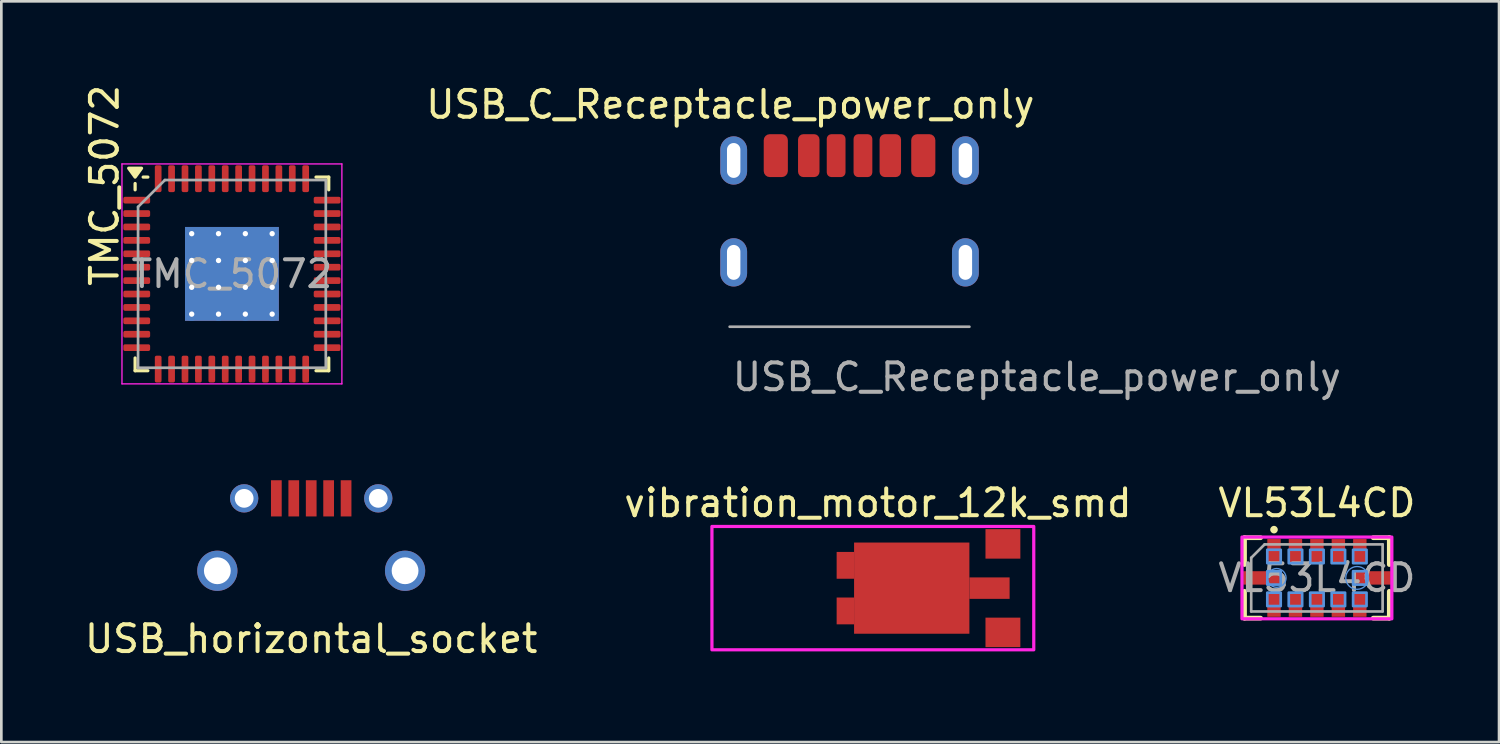
<source format=kicad_pcb>
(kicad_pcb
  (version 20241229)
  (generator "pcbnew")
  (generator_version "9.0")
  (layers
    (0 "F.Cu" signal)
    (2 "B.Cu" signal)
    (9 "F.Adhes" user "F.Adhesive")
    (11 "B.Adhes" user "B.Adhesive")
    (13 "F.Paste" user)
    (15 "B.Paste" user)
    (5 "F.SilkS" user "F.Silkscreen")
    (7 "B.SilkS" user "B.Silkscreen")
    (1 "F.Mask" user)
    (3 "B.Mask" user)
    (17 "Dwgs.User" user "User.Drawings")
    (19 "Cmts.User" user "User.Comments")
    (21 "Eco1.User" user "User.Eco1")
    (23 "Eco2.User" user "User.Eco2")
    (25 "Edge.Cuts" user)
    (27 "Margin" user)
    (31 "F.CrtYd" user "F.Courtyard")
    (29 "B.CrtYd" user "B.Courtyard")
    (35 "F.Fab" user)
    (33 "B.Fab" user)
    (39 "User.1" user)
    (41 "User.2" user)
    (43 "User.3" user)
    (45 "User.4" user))
  (footprint "USB_horizontal_socket"
    (layer "F.Cu")
    (at 8.554 16.962)
    (property "Reference" "USB_horizontal_socket" (at 0 3.81 0) (layer "F.SilkS") (effects (font (size 1 1) (thickness 0.15))))
    (attr through_hole)
    (pad "G1" thru_hole circle (at -3.5 1.27) (size 1.5 1.5) (drill 1) (layers "*.Cu" "*.Mask"))
    (pad "G2" thru_hole circle (at 3.5 1.27) (size 1.5 1.5) (drill 1) (layers "*.Cu" "*.Mask"))
    (pad "P$1" thru_hole circle (at -2.5 -1.43) (size 1.056 1.056) (drill 0.7) (layers "*.Cu" "*.Mask"))
    (pad "P$2" thru_hole circle (at 2.5 -1.43) (size 1.056 1.056) (drill 0.7) (layers "*.Cu" "*.Mask"))
    (pad "P1" smd rect (at -1.3 -1.43 90) (size 1.35 0.4) (layers "F.Cu" "F.Mask" "F.Paste"))
    (pad "P2" smd rect (at -0.65 -1.43 90) (size 1.35 0.4) (layers "F.Cu" "F.Mask" "F.Paste"))
    (pad "P3" smd rect (at 0 -1.43 90) (size 1.35 0.4) (layers "F.Cu" "F.Mask" "F.Paste"))
    (pad "P4" smd rect (at 0.65 -1.43 90) (size 1.35 0.4) (layers "F.Cu" "F.Mask" "F.Paste"))
    (pad "P5" smd rect (at 1.3 -1.43 90) (size 1.35 0.4) (layers "F.Cu" "F.Mask" "F.Paste")))
  (footprint "USB_C_Receptacle_power_only"
    (layer "F.Cu")
    (at 28.627 2.753)
    (property "Reference" "USB_C_Receptacle_power_only" (at -4.445 -1.905 0) (layer "F.SilkS") (effects (font (size 1 1) (thickness 0.15))))
    (attr smd)
    (fp_line (start -4.47 6.38) (end 4.47 6.38) (stroke (width 0.1) (type solid)) (layer "F.Fab"))
    (fp_text user "${REFERENCE}" (at 6.985 8.255 0) (layer "F.Fab") (effects (font (size 1 1) (thickness 0.15))))
    (pad "A5" smd roundrect (at -0.5 0) (size 0.7 1.6) (layers "F.Cu" "F.Mask" "F.Paste") (roundrect_rratio 0.25))
    (pad "A9" smd roundrect (at 1.52 0) (size 0.8 1.6) (layers "F.Cu" "F.Mask" "F.Paste") (roundrect_rratio 0.25))
    (pad "A12" smd roundrect (at 2.75 0) (size 0.9 1.6) (layers "F.Cu" "F.Mask" "F.Paste") (roundrect_rratio 0.25))
    (pad "B5" smd roundrect (at 0.5 0) (size 0.7 1.6) (layers "F.Cu" "F.Mask" "F.Paste") (roundrect_rratio 0.25))
    (pad "B9" smd roundrect (at -1.52 0) (size 0.8 1.6) (layers "F.Cu" "F.Mask" "F.Paste") (roundrect_rratio 0.25))
    (pad "B12" smd roundrect (at -2.75 0) (size 0.9 1.6) (layers "F.Cu" "F.Mask" "F.Paste") (roundrect_rratio 0.25))
    (pad "GND" thru_hole oval (at -4.32 0.18) (size 1 1.8) (drill oval 0.5 1.3) (layers "*.Cu" "*.Mask"))
    (pad "GND" thru_hole oval (at -4.32 3.98) (size 1 1.8) (drill oval 0.5 1.3) (layers "*.Cu" "*.Mask"))
    (pad "GND" thru_hole oval (at 4.32 0.18) (size 1 1.8) (drill oval 0.5 1.3) (layers "*.Cu" "*.Mask"))
    (pad "GND" thru_hole oval (at 4.32 3.98) (size 1 1.8) (drill oval 0.5 1.3) (layers "*.Cu" "*.Mask")))
  (footprint "vibration_motor_12k_smd"
    (layer "F.Cu")
    (at 28.796 18.88)
    (property "Reference" "vibration_motor_12k_smd" (at 0.889 -3.175 0) (unlocked yes) (layer "F.SilkS") (effects (font (size 1 1) (thickness 0.15))))
    (attr smd)
    (fp_rect (start -5.3 -2.3) (end 6.7 2.3) (stroke (width 0.12) (type default)) (fill no) (layer "F.CrtYd"))
    (pad "1" smd rect (at 5.55 1.65 180) (size 1.3 1.1) (layers "F.Cu" "F.Mask" "F.Paste"))
    (pad "2" smd rect (at 5.55 -1.65 180) (size 1.3 1.1) (layers "F.Cu" "F.Mask" "F.Paste"))
    (pad "3" smd rect (at -0.325 -0.85 90) (size 1 0.65) (layers "F.Cu" "F.Mask" "F.Paste"))
    (pad "3" smd rect (at -0.325 0.85 90) (size 1 0.65) (layers "F.Cu" "F.Mask" "F.Paste"))
    (pad "3" smd rect (at 2.15 0) (size 4.3 3.4) (layers "F.Cu" "F.Mask" "F.Paste"))
    (pad "3" smd rect (at 5.05 0 180) (size 1.5 0.8) (layers "F.Cu" "F.Mask" "F.Paste")))
  (footprint "TMC_5072"
    (layer "F.Cu")
    (at 5.598 7.163)
    (property "Reference" "TMC_5072" (at -4.75 -3.3 90) (layer "F.SilkS") (effects (font (size 1 1) (thickness 0.15))))
    (attr smd)
    (fp_line (start -3.61 -3.135) (end -3.61 -3.37) (stroke (width 0.12) (type solid)) (layer "F.SilkS"))
    (fp_line (start -3.61 3.61) (end -3.61 3.135) (stroke (width 0.12) (type solid)) (layer "F.SilkS"))
    (fp_line (start -3.135 -3.61) (end -3.31 -3.61) (stroke (width 0.12) (type solid)) (layer "F.SilkS"))
    (fp_line (start -3.135 3.61) (end -3.61 3.61) (stroke (width 0.12) (type solid)) (layer "F.SilkS"))
    (fp_line (start 3.135 -3.61) (end 3.61 -3.61) (stroke (width 0.12) (type solid)) (layer "F.SilkS"))
    (fp_line (start 3.135 3.61) (end 3.61 3.61) (stroke (width 0.12) (type solid)) (layer "F.SilkS"))
    (fp_line (start 3.61 -3.61) (end 3.61 -3.135) (stroke (width 0.12) (type solid)) (layer "F.SilkS"))
    (fp_line (start 3.61 3.61) (end 3.61 3.135) (stroke (width 0.12) (type solid)) (layer "F.SilkS"))
    (fp_poly (pts (xy -3.61 -3.61) (xy -3.85 -3.94) (xy -3.37 -3.94) (xy -3.61 -3.61)) (stroke (width 0.12) (type solid)) (fill yes) (layer "F.SilkS"))
    (fp_line (start -4.1 -4.1) (end -4.1 4.1) (stroke (width 0.05) (type solid)) (layer "F.CrtYd"))
    (fp_line (start -4.1 4.1) (end 4.1 4.1) (stroke (width 0.05) (type solid)) (layer "F.CrtYd"))
    (fp_line (start 4.1 -4.1) (end -4.1 -4.1) (stroke (width 0.05) (type solid)) (layer "F.CrtYd"))
    (fp_line (start 4.1 4.1) (end 4.1 -4.1) (stroke (width 0.05) (type solid)) (layer "F.CrtYd"))
    (fp_line (start -3.5 -2.5) (end -2.5 -3.5) (stroke (width 0.1) (type solid)) (layer "F.Fab"))
    (fp_line (start -3.5 3.5) (end -3.5 -2.5) (stroke (width 0.1) (type solid)) (layer "F.Fab"))
    (fp_line (start -2.5 -3.5) (end 3.5 -3.5) (stroke (width 0.1) (type solid)) (layer "F.Fab"))
    (fp_line (start 3.5 -3.5) (end 3.5 3.5) (stroke (width 0.1) (type solid)) (layer "F.Fab"))
    (fp_line (start 3.5 3.5) (end -3.5 3.5) (stroke (width 0.1) (type solid)) (layer "F.Fab"))
    (fp_text user "${REFERENCE}" (at 0 0 180) (layer "F.Fab") (effects (font (size 1 1) (thickness 0.15))))
    (pad "" smd custom (at -1.07 -1.07) (size 0.772 0.772) (layers "F.Paste") (options (anchor circle)) (primitives (gr_poly (pts (xy -0.32 -0.211) (xy -0.211 -0.32) (xy 0.211 -0.32) (xy 0.32 -0.211) (xy 0.32 0.211) (xy 0.211 0.32) (xy -0.211 0.32) (xy -0.32 0.211)) (width 0.264) (fill yes))))
    (pad "" smd custom (at -1.07 0) (size 0.772 0.772) (layers "F.Paste") (options (anchor circle)) (primitives (gr_poly (pts (xy -0.32 -0.211) (xy -0.211 -0.32) (xy 0.211 -0.32) (xy 0.32 -0.211) (xy 0.32 0.211) (xy 0.211 0.32) (xy -0.211 0.32) (xy -0.32 0.211)) (width 0.264) (fill yes))))
    (pad "" smd custom (at -1.07 1.07) (size 0.772 0.772) (layers "F.Paste") (options (anchor circle)) (primitives (gr_poly (pts (xy -0.32 -0.211) (xy -0.211 -0.32) (xy 0.211 -0.32) (xy 0.32 -0.211) (xy 0.32 0.211) (xy 0.211 0.32) (xy -0.211 0.32) (xy -0.32 0.211)) (width 0.264) (fill yes))))
    (pad "" smd custom (at 0 -1.07) (size 0.772 0.772) (layers "F.Paste") (options (anchor circle)) (primitives (gr_poly (pts (xy -0.32 -0.211) (xy -0.211 -0.32) (xy 0.211 -0.32) (xy 0.32 -0.211) (xy 0.32 0.211) (xy 0.211 0.32) (xy -0.211 0.32) (xy -0.32 0.211)) (width 0.264) (fill yes))))
    (pad "" smd custom (at 0 0) (size 0.772 0.772) (layers "F.Paste") (options (anchor circle)) (primitives (gr_poly (pts (xy -0.32 -0.211) (xy -0.211 -0.32) (xy 0.211 -0.32) (xy 0.32 -0.211) (xy 0.32 0.211) (xy 0.211 0.32) (xy -0.211 0.32) (xy -0.32 0.211)) (width 0.264) (fill yes))))
    (pad "" smd custom (at 0 1.07) (size 0.772 0.772) (layers "F.Paste") (options (anchor circle)) (primitives (gr_poly (pts (xy -0.32 -0.211) (xy -0.211 -0.32) (xy 0.211 -0.32) (xy 0.32 -0.211) (xy 0.32 0.211) (xy 0.211 0.32) (xy -0.211 0.32) (xy -0.32 0.211)) (width 0.264) (fill yes))))
    (pad "" smd custom (at 1 1.07) (size 0.772 0.772) (layers "F.Paste") (options (anchor circle)) (primitives (gr_poly (pts (xy -0.32 -0.211) (xy -0.211 -0.32) (xy 0.211 -0.32) (xy 0.32 -0.211) (xy 0.32 0.211) (xy 0.211 0.32) (xy -0.211 0.32) (xy -0.32 0.211)) (width 0.264) (fill yes))))
    (pad "" smd custom (at 1.07 -1.07) (size 0.772 0.772) (layers "F.Paste") (options (anchor circle)) (primitives (gr_poly (pts (xy -0.32 -0.211) (xy -0.211 -0.32) (xy 0.211 -0.32) (xy 0.32 -0.211) (xy 0.32 0.211) (xy 0.211 0.32) (xy -0.211 0.32) (xy -0.32 0.211)) (width 0.264) (fill yes))))
    (pad "" smd custom (at 1.07 0) (size 0.772 0.772) (layers "F.Paste") (options (anchor circle)) (primitives (gr_poly (pts (xy -0.32 -0.211) (xy -0.211 -0.32) (xy 0.211 -0.32) (xy 0.32 -0.211) (xy 0.32 0.211) (xy 0.211 0.32) (xy -0.211 0.32) (xy -0.32 0.211)) (width 0.264) (fill yes))))
    (pad "1" smd roundrect (at -3.55 -2.75) (size 1 0.25) (layers "F.Cu" "F.Mask" "F.Paste") (roundrect_rratio 0.25))
    (pad "2" smd roundrect (at -3.55 -2.25) (size 1 0.25) (layers "F.Cu" "F.Mask" "F.Paste") (roundrect_rratio 0.25))
    (pad "3" smd roundrect (at -3.55 -1.75) (size 1 0.25) (layers "F.Cu" "F.Mask" "F.Paste") (roundrect_rratio 0.25))
    (pad "4" smd roundrect (at -3.55 -1.25) (size 1 0.25) (layers "F.Cu" "F.Mask" "F.Paste") (roundrect_rratio 0.25))
    (pad "5" smd roundrect (at -3.55 -0.75) (size 1 0.25) (layers "F.Cu" "F.Mask" "F.Paste") (roundrect_rratio 0.25))
    (pad "6" smd roundrect (at -3.55 -0.25) (size 1 0.25) (layers "F.Cu" "F.Mask" "F.Paste") (roundrect_rratio 0.25))
    (pad "7" smd roundrect (at -3.55 0.25) (size 1 0.25) (layers "F.Cu" "F.Mask" "F.Paste") (roundrect_rratio 0.25))
    (pad "8" smd roundrect (at -3.55 0.75) (size 1 0.25) (layers "F.Cu" "F.Mask" "F.Paste") (roundrect_rratio 0.25))
    (pad "9" smd roundrect (at -3.55 1.25) (size 1 0.25) (layers "F.Cu" "F.Mask" "F.Paste") (roundrect_rratio 0.25))
    (pad "10" smd roundrect (at -3.55 1.75) (size 1 0.25) (layers "F.Cu" "F.Mask" "F.Paste") (roundrect_rratio 0.25))
    (pad "11" smd roundrect (at -3.55 2.25) (size 1 0.25) (layers "F.Cu" "F.Mask" "F.Paste") (roundrect_rratio 0.25))
    (pad "12" smd roundrect (at -3.55 2.75) (size 1 0.25) (layers "F.Cu" "F.Mask" "F.Paste") (roundrect_rratio 0.25))
    (pad "13" smd roundrect (at -2.75 3.55) (size 0.25 1) (layers "F.Cu" "F.Mask" "F.Paste") (roundrect_rratio 0.25))
    (pad "14" smd roundrect (at -2.25 3.55) (size 0.25 1) (layers "F.Cu" "F.Mask" "F.Paste") (roundrect_rratio 0.25))
    (pad "15" smd roundrect (at -1.75 3.55) (size 0.25 1) (layers "F.Cu" "F.Mask" "F.Paste") (roundrect_rratio 0.25))
    (pad "16" smd roundrect (at -1.25 3.55) (size 0.25 1) (layers "F.Cu" "F.Mask" "F.Paste") (roundrect_rratio 0.25))
    (pad "17" smd roundrect (at -0.75 3.55) (size 0.25 1) (layers "F.Cu" "F.Mask" "F.Paste") (roundrect_rratio 0.25))
    (pad "18" smd roundrect (at -0.25 3.55) (size 0.25 1) (layers "F.Cu" "F.Mask" "F.Paste") (roundrect_rratio 0.25))
    (pad "19" smd roundrect (at 0.25 3.55) (size 0.25 1) (layers "F.Cu" "F.Mask" "F.Paste") (roundrect_rratio 0.25))
    (pad "20" smd roundrect (at 0.75 3.55) (size 0.25 1) (layers "F.Cu" "F.Mask" "F.Paste") (roundrect_rratio 0.25))
    (pad "21" smd roundrect (at 1.25 3.55) (size 0.25 1) (layers "F.Cu" "F.Mask" "F.Paste") (roundrect_rratio 0.25))
    (pad "22" smd roundrect (at 1.75 3.55) (size 0.25 1) (layers "F.Cu" "F.Mask" "F.Paste") (roundrect_rratio 0.25))
    (pad "23" smd roundrect (at 2.25 3.55) (size 0.25 1) (layers "F.Cu" "F.Mask" "F.Paste") (roundrect_rratio 0.25))
    (pad "24" smd roundrect (at 2.75 3.55) (size 0.25 1) (layers "F.Cu" "F.Mask" "F.Paste") (roundrect_rratio 0.25))
    (pad "25" smd roundrect (at 3.55 2.75) (size 1 0.25) (layers "F.Cu" "F.Mask" "F.Paste") (roundrect_rratio 0.25))
    (pad "26" smd roundrect (at 3.55 2.25) (size 1 0.25) (layers "F.Cu" "F.Mask" "F.Paste") (roundrect_rratio 0.25))
    (pad "27" smd roundrect (at 3.55 1.75) (size 1 0.25) (layers "F.Cu" "F.Mask" "F.Paste") (roundrect_rratio 0.25))
    (pad "28" smd roundrect (at 3.55 1.25) (size 1 0.25) (layers "F.Cu" "F.Mask" "F.Paste") (roundrect_rratio 0.25))
    (pad "29" smd roundrect (at 3.55 0.75) (size 1 0.25) (layers "F.Cu" "F.Mask" "F.Paste") (roundrect_rratio 0.25))
    (pad "30" smd roundrect (at 3.55 0.25) (size 1 0.25) (layers "F.Cu" "F.Mask" "F.Paste") (roundrect_rratio 0.25))
    (pad "31" smd roundrect (at 3.55 -0.25) (size 1 0.25) (layers "F.Cu" "F.Mask" "F.Paste") (roundrect_rratio 0.25))
    (pad "32" smd roundrect (at 3.55 -0.75) (size 1 0.25) (layers "F.Cu" "F.Mask" "F.Paste") (roundrect_rratio 0.25))
    (pad "33" smd roundrect (at 3.55 -1.25) (size 1 0.25) (layers "F.Cu" "F.Mask" "F.Paste") (roundrect_rratio 0.25))
    (pad "34" smd roundrect (at 3.55 -1.75) (size 1 0.25) (layers "F.Cu" "F.Mask" "F.Paste") (roundrect_rratio 0.25))
    (pad "35" smd roundrect (at 3.55 -2.25) (size 1 0.25) (layers "F.Cu" "F.Mask" "F.Paste") (roundrect_rratio 0.25))
    (pad "36" smd roundrect (at 3.55 -2.75) (size 1 0.25) (layers "F.Cu" "F.Mask" "F.Paste") (roundrect_rratio 0.25))
    (pad "37" smd roundrect (at 2.75 -3.55) (size 0.25 1) (layers "F.Cu" "F.Mask" "F.Paste") (roundrect_rratio 0.25))
    (pad "38" smd roundrect (at 2.25 -3.55) (size 0.25 1) (layers "F.Cu" "F.Mask" "F.Paste") (roundrect_rratio 0.25))
    (pad "39" smd roundrect (at 1.75 -3.55) (size 0.25 1) (layers "F.Cu" "F.Mask" "F.Paste") (roundrect_rratio 0.25))
    (pad "40" smd roundrect (at 1.25 -3.55) (size 0.25 1) (layers "F.Cu" "F.Mask" "F.Paste") (roundrect_rratio 0.25))
    (pad "41" smd roundrect (at 0.75 -3.55) (size 0.25 1) (layers "F.Cu" "F.Mask" "F.Paste") (roundrect_rratio 0.25))
    (pad "42" smd roundrect (at 0.25 -3.55) (size 0.25 1) (layers "F.Cu" "F.Mask" "F.Paste") (roundrect_rratio 0.25))
    (pad "43" smd roundrect (at -0.25 -3.55) (size 0.25 1) (layers "F.Cu" "F.Mask" "F.Paste") (roundrect_rratio 0.25))
    (pad "44" smd roundrect (at -0.75 -3.55) (size 0.25 1) (layers "F.Cu" "F.Mask" "F.Paste") (roundrect_rratio 0.25))
    (pad "45" smd roundrect (at -1.25 -3.55) (size 0.25 1) (layers "F.Cu" "F.Mask" "F.Paste") (roundrect_rratio 0.25))
    (pad "46" smd roundrect (at -1.75 -3.55) (size 0.25 1) (layers "F.Cu" "F.Mask" "F.Paste") (roundrect_rratio 0.25))
    (pad "47" smd roundrect (at -2.25 -3.55) (size 0.25 1) (layers "F.Cu" "F.Mask" "F.Paste") (roundrect_rratio 0.25))
    (pad "48" smd roundrect (at -2.75 -3.55) (size 0.25 1) (layers "F.Cu" "F.Mask" "F.Paste") (roundrect_rratio 0.25))
    (pad "49" thru_hole circle (at -1.5 -1.5) (size 0.5 0.5) (drill 0.2) (property pad_prop_heatsink) (layers "*.Cu"))
    (pad "49" thru_hole circle (at -1.5 -0.5) (size 0.5 0.5) (drill 0.2) (property pad_prop_heatsink) (layers "*.Cu"))
    (pad "49" thru_hole circle (at -1.5 0.5) (size 0.5 0.5) (drill 0.2) (property pad_prop_heatsink) (layers "*.Cu"))
    (pad "49" thru_hole circle (at -1.5 1.5) (size 0.5 0.5) (drill 0.2) (property pad_prop_heatsink) (layers "*.Cu"))
    (pad "49" thru_hole circle (at -0.5 -1.5) (size 0.5 0.5) (drill 0.2) (property pad_prop_heatsink) (layers "*.Cu"))
    (pad "49" thru_hole circle (at -0.5 -0.5) (size 0.5 0.5) (drill 0.2) (property pad_prop_heatsink) (layers "*.Cu"))
    (pad "49" thru_hole circle (at -0.5 0.5) (size 0.5 0.5) (drill 0.2) (property pad_prop_heatsink) (layers "*.Cu"))
    (pad "49" thru_hole circle (at -0.5 1.5) (size 0.5 0.5) (drill 0.2) (property pad_prop_heatsink) (layers "*.Cu"))
    (pad "49" smd rect (at 0 0) (size 3.5 3.5) (property pad_prop_heatsink) (layers "F.Cu" "F.Mask"))
    (pad "49" smd rect (at 0 0) (size 3.5 3.5) (property pad_prop_heatsink) (layers "B.Cu"))
    (pad "49" thru_hole circle (at 0.5 -1.5) (size 0.5 0.5) (drill 0.2) (property pad_prop_heatsink) (layers "*.Cu"))
    (pad "49" thru_hole circle (at 0.5 -0.5) (size 0.5 0.5) (drill 0.2) (property pad_prop_heatsink) (layers "*.Cu"))
    (pad "49" thru_hole circle (at 0.5 0.5) (size 0.5 0.5) (drill 0.2) (property pad_prop_heatsink) (layers "*.Cu"))
    (pad "49" thru_hole circle (at 0.5 1.5) (size 0.5 0.5) (drill 0.2) (property pad_prop_heatsink) (layers "*.Cu"))
    (pad "49" thru_hole circle (at 1.5 -1.5) (size 0.5 0.5) (drill 0.2) (property pad_prop_heatsink) (layers "*.Cu"))
    (pad "49" thru_hole circle (at 1.5 -0.5) (size 0.5 0.5) (drill 0.2) (property pad_prop_heatsink) (layers "*.Cu"))
    (pad "49" thru_hole circle (at 1.5 0.5) (size 0.5 0.5) (drill 0.2) (property pad_prop_heatsink) (layers "*.Cu"))
    (pad "49" thru_hole circle (at 1.5 1.5) (size 0.5 0.5) (drill 0.2) (property pad_prop_heatsink) (layers "*.Cu")))
  (footprint "VL53L4CD"
    (layer "F.Cu")
    (at 46.054 18.499)
    (property "Reference" "VL53L4CD" (at 0 -2.794 0) (layer "F.SilkS") (effects (font (size 1 1) (thickness 0.15))))
    (attr smd)
    (fp_line (start -2.7 -1.5) (end -2.1 -1.5) (stroke (width 0.178) (type solid)) (layer "F.SilkS"))
    (fp_line (start -2.7 -0.5) (end -2.7 -1.5) (stroke (width 0.178) (type solid)) (layer "F.SilkS"))
    (fp_line (start -2.7 1.5) (end -2.7 0.5) (stroke (width 0.178) (type solid)) (layer "F.SilkS"))
    (fp_line (start -2.1 1.5) (end -2.7 1.5) (stroke (width 0.178) (type solid)) (layer "F.SilkS"))
    (fp_line (start 2.1 -1.5) (end 2.7 -1.5) (stroke (width 0.178) (type solid)) (layer "F.SilkS"))
    (fp_line (start 2.7 -1.5) (end 2.7 -0.5) (stroke (width 0.178) (type solid)) (layer "F.SilkS"))
    (fp_line (start 2.7 0.5) (end 2.7 1.5) (stroke (width 0.178) (type solid)) (layer "F.SilkS"))
    (fp_line (start 2.7 1.5) (end 2.1 1.5) (stroke (width 0.178) (type solid)) (layer "F.SilkS"))
    (fp_circle (center -1.6 -1.8) (end -1.671 -1.8) (stroke (width 0.141) (type solid)) (fill yes) (layer "F.SilkS"))
    (fp_rect (start -1.95 -0.25) (end -1.35 0.25) (stroke (width 0) (type default)) (fill yes) (layer "F.Paste"))
    (fp_rect (start -1.85 -1.15) (end -1.35 -0.55) (stroke (width 0) (type default)) (fill yes) (layer "F.Paste"))
    (fp_rect (start -1.85 0.55) (end -1.35 1.15) (stroke (width 0) (type default)) (fill yes) (layer "F.Paste"))
    (fp_rect (start -1.05 -1.15) (end -0.55 -0.55) (stroke (width 0) (type default)) (fill yes) (layer "F.Paste"))
    (fp_rect (start -1.05 0.55) (end -0.55 1.15) (stroke (width 0) (type default)) (fill yes) (layer "F.Paste"))
    (fp_rect (start -0.25 -1.15) (end 0.25 -0.55) (stroke (width 0) (type default)) (fill yes) (layer "F.Paste"))
    (fp_rect (start -0.25 0.55) (end 0.25 1.15) (stroke (width 0) (type default)) (fill yes) (layer "F.Paste"))
    (fp_rect (start 0.55 -1.15) (end 1.05 -0.55) (stroke (width 0) (type default)) (fill yes) (layer "F.Paste"))
    (fp_rect (start 0.55 0.55) (end 1.05 1.15) (stroke (width 0) (type default)) (fill yes) (layer "F.Paste"))
    (fp_rect (start 1.35 -1.15) (end 1.85 -0.55) (stroke (width 0) (type default)) (fill yes) (layer "F.Paste"))
    (fp_rect (start 1.35 -0.25) (end 1.95 0.25) (stroke (width 0) (type default)) (fill yes) (layer "F.Paste"))
    (fp_rect (start 1.35 0.55) (end 1.85 1.15) (stroke (width 0) (type default)) (fill yes) (layer "F.Paste"))
    (fp_rect (start -1.85 -1.05) (end -1.35 -0.55) (stroke (width 0.1) (type default)) (fill no) (layer "Cmts.User"))
    (fp_rect (start -1.85 -0.25) (end -1.35 0.25) (stroke (width 0.1) (type default)) (fill no) (layer "Cmts.User"))
    (fp_rect (start -1.85 0.55) (end -1.35 1.05) (stroke (width 0.1) (type default)) (fill no) (layer "Cmts.User"))
    (fp_rect (start -1.05 -1.05) (end -0.55 -0.55) (stroke (width 0.1) (type default)) (fill no) (layer "Cmts.User"))
    (fp_rect (start -1.05 0.55) (end -0.55 1.05) (stroke (width 0.1) (type default)) (fill no) (layer "Cmts.User"))
    (fp_rect (start -0.25 -1.05) (end 0.25 -0.55) (stroke (width 0.1) (type default)) (fill no) (layer "Cmts.User"))
    (fp_rect (start -0.25 0.55) (end 0.25 1.05) (stroke (width 0.1) (type default)) (fill no) (layer "Cmts.User"))
    (fp_rect (start 0.55 -1.05) (end 1.05 -0.55) (stroke (width 0.1) (type default)) (fill no) (layer "Cmts.User"))
    (fp_rect (start 0.55 0.55) (end 1.05 1.05) (stroke (width 0.1) (type default)) (fill no) (layer "Cmts.User"))
    (fp_rect (start 1.35 -1.05) (end 1.85 -0.55) (stroke (width 0.1) (type default)) (fill no) (layer "Cmts.User"))
    (fp_rect (start 1.35 -0.25) (end 1.85 0.25) (stroke (width 0.1) (type default)) (fill no) (layer "Cmts.User"))
    (fp_rect (start 1.35 0.55) (end 1.85 1.05) (stroke (width 0.1) (type default)) (fill no) (layer "Cmts.User"))
    (fp_circle (center -1.5 0) (end -1.85 0) (stroke (width 0.05) (type solid)) (fill no) (layer "Cmts.User"))
    (fp_circle (center 1.5 0) (end 1.075 0) (stroke (width 0.05) (type solid)) (fill no) (layer "Cmts.User"))
    (fp_rect (start -2.794 -1.524) (end 2.794 1.524) (stroke (width 0.12) (type default)) (fill no) (layer "F.CrtYd"))
    (fp_line (start -2.45 -0.75) (end -2.45 1.25) (stroke (width 0.1) (type solid)) (layer "F.Fab"))
    (fp_line (start -2.45 -0.75) (end -1.95 -1.25) (stroke (width 0.1) (type solid)) (layer "F.Fab"))
    (fp_line (start -1.95 -1.25) (end 2.45 -1.25) (stroke (width 0.1) (type solid)) (layer "F.Fab"))
    (fp_line (start 2.45 -1.25) (end 2.45 1.25) (stroke (width 0.1) (type solid)) (layer "F.Fab"))
    (fp_line (start 2.45 1.25) (end -2.45 1.25) (stroke (width 0.1) (type solid)) (layer "F.Fab"))
    (fp_text user "${REFERENCE}" (at 0 0 0) (layer "F.Fab") (effects (font (size 1 1) (thickness 0.15))))
    (pad "1" smd rect (at -1.6 -1 270) (size 0.9 0.5) (layers "F.Cu" "F.Mask"))
    (pad "2" smd rect (at -0.8 -1 270) (size 0.9 0.5) (layers "F.Cu" "F.Mask"))
    (pad "3" smd rect (at 0 -1 270) (size 0.9 0.5) (layers "F.Cu" "F.Mask"))
    (pad "4" smd rect (at 0.8 -1 270) (size 0.9 0.5) (layers "F.Cu" "F.Mask"))
    (pad "5" smd rect (at 1.6 -1 270) (size 0.9 0.5) (layers "F.Cu" "F.Mask"))
    (pad "6" smd rect (at 2.05 0) (size 1.4 0.5) (layers "F.Cu" "F.Mask"))
    (pad "7" smd rect (at 1.6 1 90) (size 0.9 0.5) (layers "F.Cu" "F.Mask"))
    (pad "8" smd rect (at 0.8 1 90) (size 0.9 0.5) (layers "F.Cu" "F.Mask"))
    (pad "9" smd rect (at 0 1 90) (size 0.9 0.5) (layers "F.Cu" "F.Mask"))
    (pad "10" smd rect (at -0.8 1 90) (size 0.9 0.5) (layers "F.Cu" "F.Mask"))
    (pad "11" smd rect (at -1.6 1 90) (size 0.9 0.5) (layers "F.Cu" "F.Mask"))
    (pad "12" smd rect (at -2.05 0 180) (size 1.4 0.5) (layers "F.Cu" "F.Mask")))
  (gr_rect
    (start -3 -3)
    (end 52.845 24.62)
    (stroke (width 0.1) (type default))
    (fill no)
    (layer "Edge.Cuts")))
</source>
